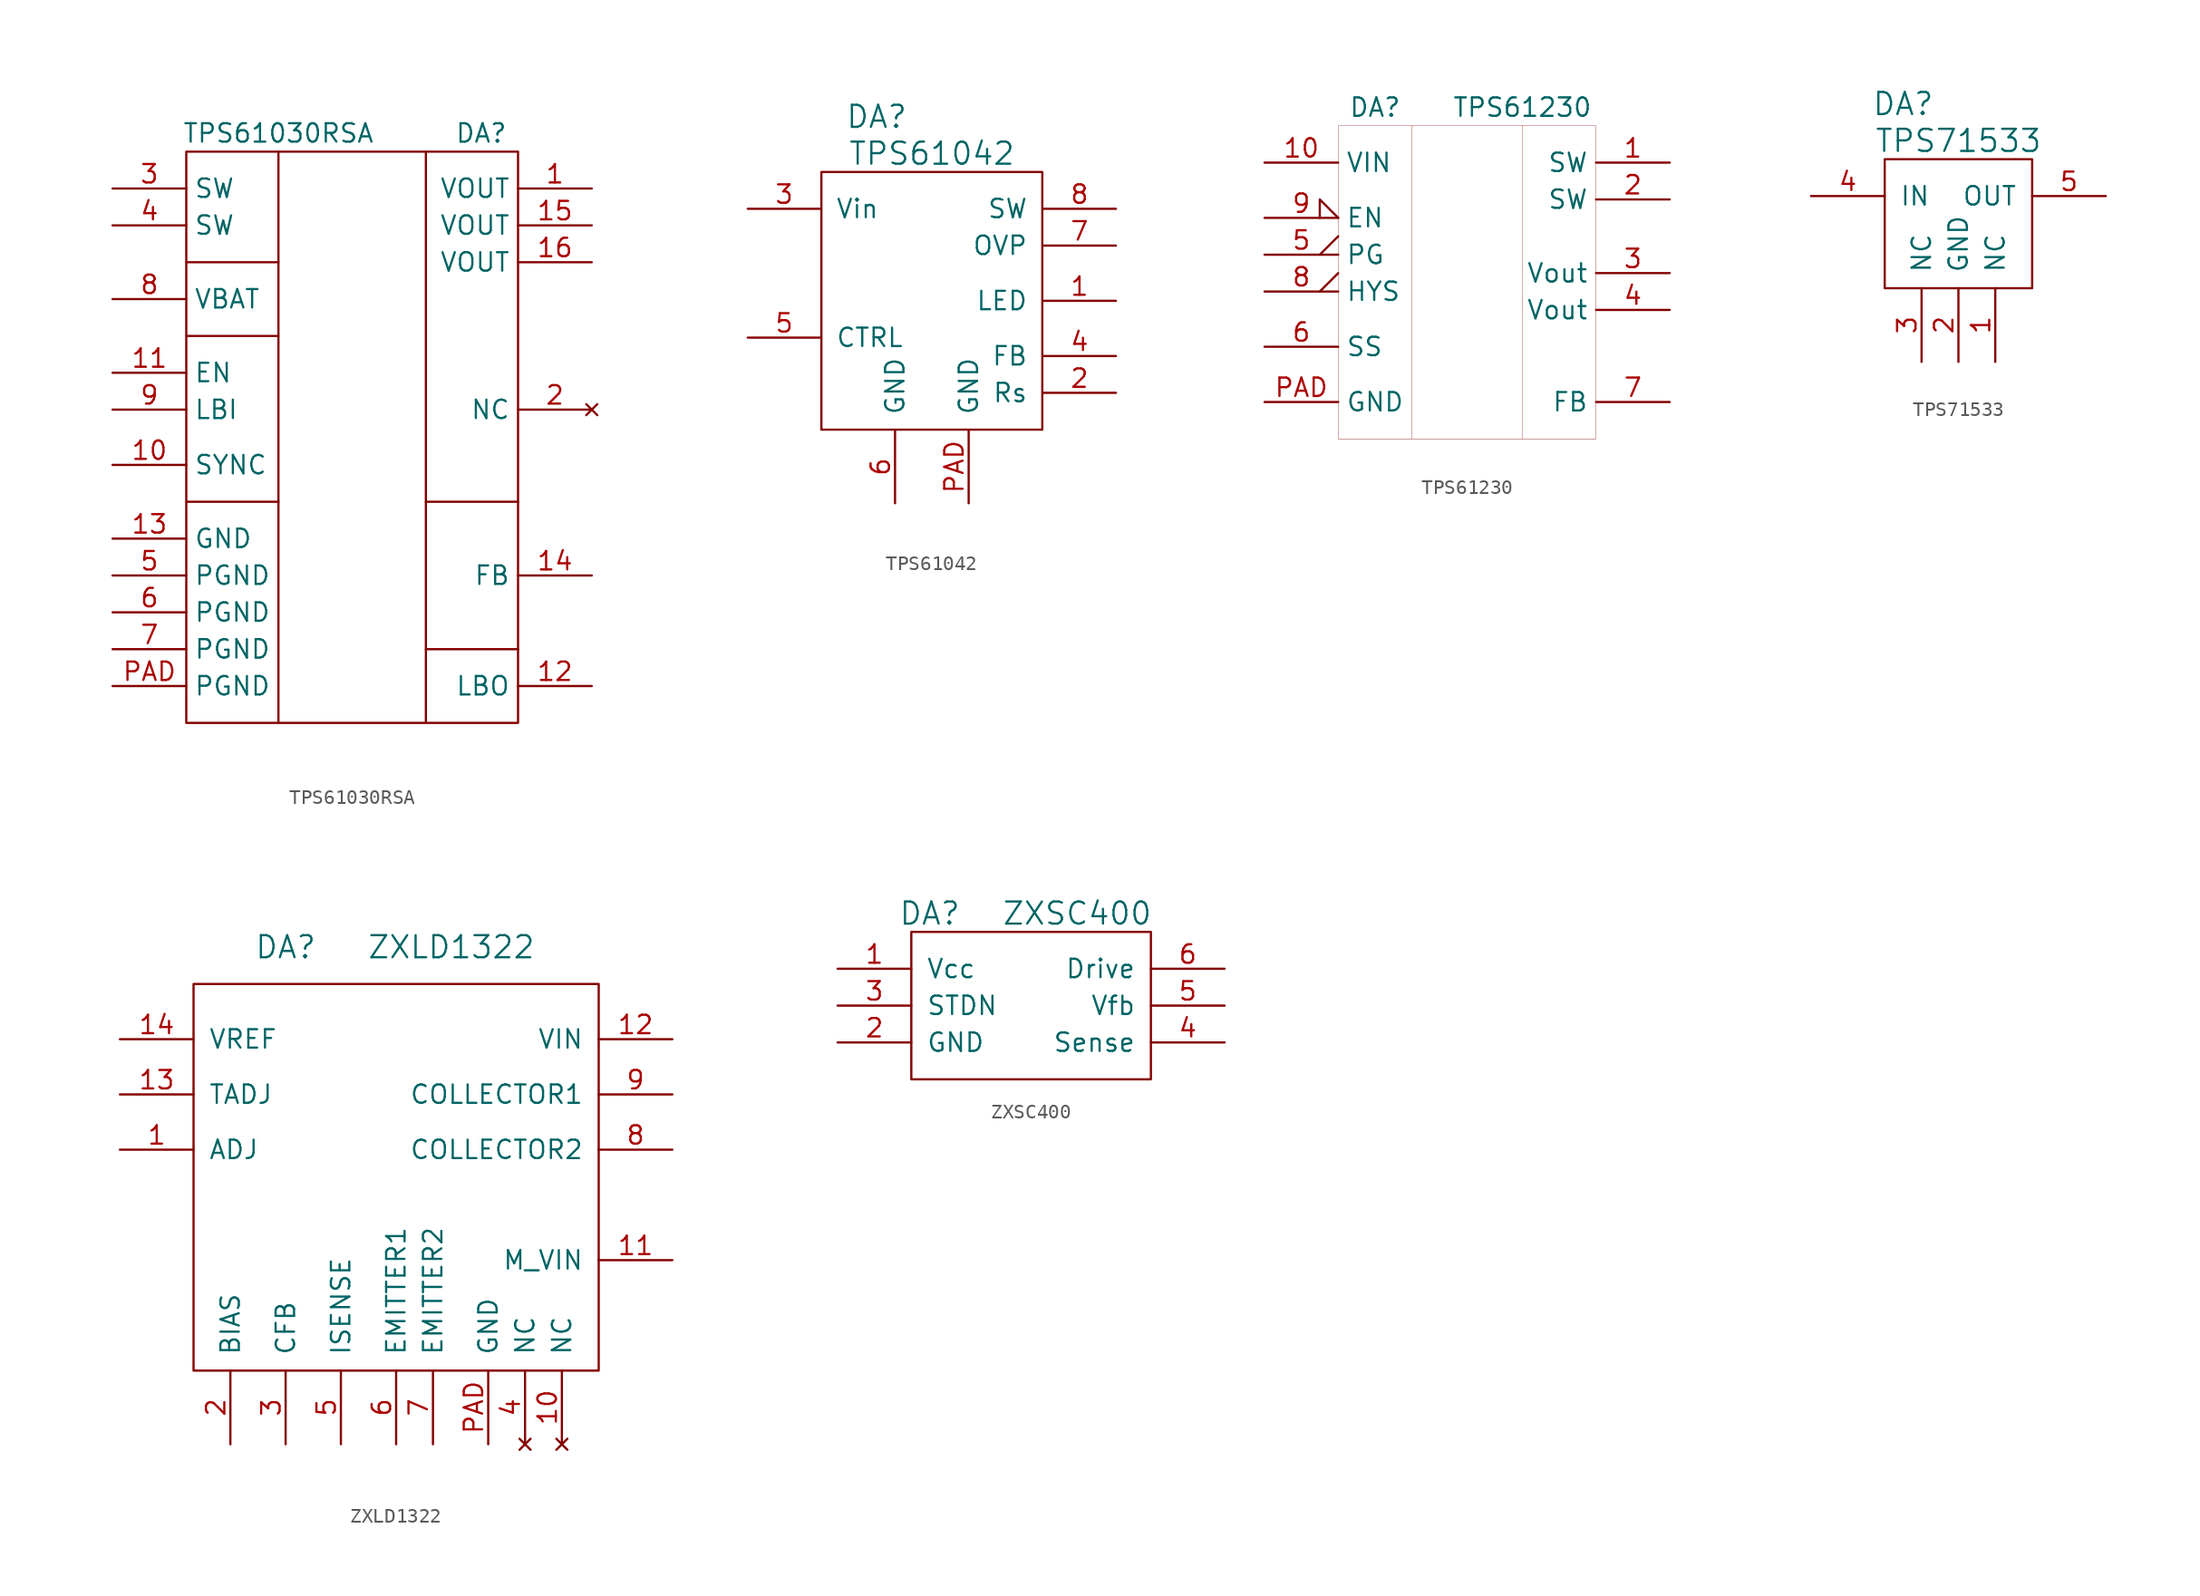
<source format=kicad_sym>
(kicad_symbol_lib
  (version 20231120)
  (generator "kicad_symbol_editor")
  (generator_version "8.0")
  (symbol "TPS61030RSA"
    (property "Reference" "DA"
      (at 8.89 21.59 0)
      (effects (font (size 1.27 1.27))))
    (property "Value" "TPS61030RSA"
      (at -5.08 21.59 0)
      (effects (font (size 1.27 1.27))))
    (symbol "TPS61030RSA_0_1"
      (rectangle (start -11.43 20.32) (end 11.43 -19.05) (stroke (width 0) (type default)) (fill (type none)))
      (polyline (pts (xy -11.43 -3.81) (xy -5.08 -3.81)) (stroke (width 0) (type default)) (fill (type none)))
      (polyline (pts (xy -11.43 7.62) (xy -5.08 7.62)) (stroke (width 0) (type default)) (fill (type none)))
      (polyline (pts (xy -11.43 12.7) (xy -5.08 12.7)) (stroke (width 0) (type default)) (fill (type none)))
      (polyline (pts (xy -5.08 -19.05) (xy -5.08 20.32)) (stroke (width 0) (type default)) (fill (type none)))
      (polyline (pts (xy 5.08 -13.97) (xy 11.43 -13.97)) (stroke (width 0) (type default)) (fill (type none)))
      (polyline (pts (xy 5.08 -3.81) (xy 11.43 -3.81)) (stroke (width 0) (type default)) (fill (type none)))
      (polyline (pts (xy 5.08 20.32) (xy 5.08 -19.05)) (stroke (width 0) (type default)) (fill (type none))))
    (symbol "TPS61030RSA_1_1"
      (pin power_out line (at 16.51 17.78 180) (length 5.08) (name "VOUT" (effects (font (size 1.27 1.27)))) (number "1" (effects (font (size 1.27 1.27)))))
      (pin passive line (at -16.51 -1.27 0) (length 5.08) (name "SYNC" (effects (font (size 1.27 1.27)))) (number "10" (effects (font (size 1.27 1.27)))))
      (pin passive line (at -16.51 5.08 0) (length 5.08) (name "EN" (effects (font (size 1.27 1.27)))) (number "11" (effects (font (size 1.27 1.27)))))
      (pin passive line (at 16.51 -16.51 180) (length 5.08) (name "LBO" (effects (font (size 1.27 1.27)))) (number "12" (effects (font (size 1.27 1.27)))))
      (pin power_in line (at -16.51 -6.35 0) (length 5.08) (name "GND" (effects (font (size 1.27 1.27)))) (number "13" (effects (font (size 1.27 1.27)))))
      (pin passive line (at 16.51 -8.89 180) (length 5.08) (name "FB" (effects (font (size 1.27 1.27)))) (number "14" (effects (font (size 1.27 1.27)))))
      (pin passive line (at 16.51 15.24 180) (length 5.08) (name "VOUT" (effects (font (size 1.27 1.27)))) (number "15" (effects (font (size 1.27 1.27)))))
      (pin passive line (at 16.51 12.7 180) (length 5.08) (name "VOUT" (effects (font (size 1.27 1.27)))) (number "16" (effects (font (size 1.27 1.27)))))
      (pin no_connect line (at 16.51 2.54 180) (length 5.08) (name "NC" (effects (font (size 1.27 1.27)))) (number "2" (effects (font (size 1.27 1.27)))))
      (pin passive line (at -16.51 17.78 0) (length 5.08) (name "SW" (effects (font (size 1.27 1.27)))) (number "3" (effects (font (size 1.27 1.27)))))
      (pin passive line (at -16.51 15.24 0) (length 5.08) (name "SW" (effects (font (size 1.27 1.27)))) (number "4" (effects (font (size 1.27 1.27)))))
      (pin power_in line (at -16.51 -8.89 0) (length 5.08) (name "PGND" (effects (font (size 1.27 1.27)))) (number "5" (effects (font (size 1.27 1.27)))))
      (pin power_in line (at -16.51 -11.43 0) (length 5.08) (name "PGND" (effects (font (size 1.27 1.27)))) (number "6" (effects (font (size 1.27 1.27)))))
      (pin power_in line (at -16.51 -13.97 0) (length 5.08) (name "PGND" (effects (font (size 1.27 1.27)))) (number "7" (effects (font (size 1.27 1.27)))))
      (pin power_in line (at -16.51 10.16 0) (length 5.08) (name "VBAT" (effects (font (size 1.27 1.27)))) (number "8" (effects (font (size 1.27 1.27)))))
      (pin passive line (at -16.51 2.54 0) (length 5.08) (name "LBI" (effects (font (size 1.27 1.27)))) (number "9" (effects (font (size 1.27 1.27)))))
      (pin power_in line (at -16.51 -16.51 0) (length 5.08) (name "PGND" (effects (font (size 1.27 1.27)))) (number "PAD" (effects (font (size 1.27 1.27)))))))
  (symbol "TPS61042"
    (pin_names
      (offset 1.016))
    (property "Reference" "DA"
      (at -3.81 12.7 0)
      (effects (font (size 1.524 1.524))))
    (property "Value" "TPS61042"
      (at 0 10.16 0)
      (effects (font (size 1.524 1.524))))
    (property "Footprint" ""
      (at 0 0 0)
      (effects (font (size 1.524 1.524))))
    (property "Datasheet" ""
      (at 0 0 0)
      (effects (font (size 1.524 1.524))))
    (symbol "TPS61042_0_1"
      (rectangle (start 7.62 8.89) (end -7.62 -8.89) (stroke (width 0) (type default)) (fill (type none))))
    (symbol "TPS61042_1_1"
      (pin passive line (at 12.7 0 180) (length 5.029) (name "LED" (effects (font (size 1.27 1.27)))) (number "1" (effects (font (size 1.27 1.27)))))
      (pin passive line (at 12.7 -6.35 180) (length 5.029) (name "Rs" (effects (font (size 1.27 1.27)))) (number "2" (effects (font (size 1.27 1.27)))))
      (pin power_in line (at -12.7 6.35 0) (length 5.029) (name "Vin" (effects (font (size 1.27 1.27)))) (number "3" (effects (font (size 1.27 1.27)))))
      (pin passive line (at 12.7 -3.81 180) (length 5.029) (name "FB" (effects (font (size 1.27 1.27)))) (number "4" (effects (font (size 1.27 1.27)))))
      (pin passive line (at -12.7 -2.54 0) (length 5.029) (name "CTRL" (effects (font (size 1.27 1.27)))) (number "5" (effects (font (size 1.27 1.27)))))
      (pin power_in line (at -2.54 -13.97 90) (length 5.029) (name "GND" (effects (font (size 1.27 1.27)))) (number "6" (effects (font (size 1.27 1.27)))))
      (pin passive line (at 12.7 3.81 180) (length 5.029) (name "OVP" (effects (font (size 1.27 1.27)))) (number "7" (effects (font (size 1.27 1.27)))))
      (pin passive line (at 12.7 6.35 180) (length 5.029) (name "SW" (effects (font (size 1.27 1.27)))) (number "8" (effects (font (size 1.27 1.27)))))
      (pin power_in line (at 2.54 -13.97 90) (length 5.029) (name "GND" (effects (font (size 1.27 1.27)))) (number "PAD" (effects (font (size 1.27 1.27)))))))
  (symbol "TPS61230"
    (property "Reference" "DA"
      (at -6.35 12.7 0)
      (effects (font (size 1.27 1.27))))
    (property "Value" "TPS61230"
      (at 3.81 12.7 0)
      (effects (font (size 1.27 1.27))))
    (symbol "TPS61230_0_1"
      (rectangle (start -8.89 11.43) (end 8.89 -10.16) (stroke (width 0.001) (type default)) (fill (type none)))
      (polyline (pts (xy -3.81 -10.16) (xy -3.81 11.43)) (stroke (width 0.001) (type default)) (fill (type none)))
      (polyline (pts (xy 3.81 -10.16) (xy 3.81 11.43)) (stroke (width 0.001) (type default)) (fill (type none))))
    (symbol "TPS61230_1_1"
      (pin passive line (at 13.97 8.89 180) (length 5.08) (name "SW" (effects (font (size 1.27 1.27)))) (number "1" (effects (font (size 1.27 1.27)))))
      (pin passive line (at -13.97 8.89 0) (length 5.08) (name "VIN" (effects (font (size 1.27 1.27)))) (number "10" (effects (font (size 1.27 1.27)))))
      (pin passive line (at 13.97 6.35 180) (length 5.08) (name "SW" (effects (font (size 1.27 1.27)))) (number "2" (effects (font (size 1.27 1.27)))))
      (pin power_out line (at 13.97 1.27 180) (length 5.08) (name "Vout" (effects (font (size 1.27 1.27)))) (number "3" (effects (font (size 1.27 1.27)))))
      (pin power_out line (at 13.97 -1.27 180) (length 5.08) (name "Vout" (effects (font (size 1.27 1.27)))) (number "4" (effects (font (size 1.27 1.27)))))
      (pin passive output_low (at -13.97 2.54 0) (length 5.08) (name "PG" (effects (font (size 1.27 1.27)))) (number "5" (effects (font (size 1.27 1.27)))))
      (pin passive line (at -13.97 -3.81 0) (length 5.08) (name "SS" (effects (font (size 1.27 1.27)))) (number "6" (effects (font (size 1.27 1.27)))))
      (pin passive line (at 13.97 -7.62 180) (length 5.08) (name "FB" (effects (font (size 1.27 1.27)))) (number "7" (effects (font (size 1.27 1.27)))))
      (pin passive output_low (at -13.97 0 0) (length 5.08) (name "HYS" (effects (font (size 1.27 1.27)))) (number "8" (effects (font (size 1.27 1.27)))))
      (pin passive input_low (at -13.97 5.08 0) (length 5.08) (name "EN" (effects (font (size 1.27 1.27)))) (number "9" (effects (font (size 1.27 1.27)))))
      (pin power_in line (at -13.97 -7.62 0) (length 5.08) (name "GND" (effects (font (size 1.27 1.27)))) (number "PAD" (effects (font (size 1.27 1.27)))))))
  (symbol "TPS71533"
    (pin_names
      (offset 1.016))
    (property "Reference" "DA"
      (at -3.81 6.35 0)
      (effects (font (size 1.524 1.524))))
    (property "Value" "TPS71533"
      (at 0 3.81 0)
      (effects (font (size 1.524 1.524))))
    (property "Footprint" ""
      (at 0 0 0)
      (effects (font (size 1.524 1.524))))
    (property "Datasheet" ""
      (at 0 0 0)
      (effects (font (size 1.524 1.524))))
    (symbol "TPS71533_0_1"
      (rectangle (start 5.08 -6.35) (end -5.08 2.54) (stroke (width 0) (type default)) (fill (type none))))
    (symbol "TPS71533_1_1"
      (pin passive line (at 2.54 -11.43 90) (length 5.08) (name "NC" (effects (font (size 1.27 1.27)))) (number "1" (effects (font (size 1.27 1.27)))))
      (pin power_in line (at 0 -11.43 90) (length 5.08) (name "GND" (effects (font (size 1.27 1.27)))) (number "2" (effects (font (size 1.27 1.27)))))
      (pin passive line (at -2.54 -11.43 90) (length 5.08) (name "NC" (effects (font (size 1.27 1.27)))) (number "3" (effects (font (size 1.27 1.27)))))
      (pin power_in line (at -10.16 0 0) (length 5.08) (name "IN" (effects (font (size 1.27 1.27)))) (number "4" (effects (font (size 1.27 1.27)))))
      (pin power_out line (at 10.16 0 180) (length 5.08) (name "OUT" (effects (font (size 1.27 1.27)))) (number "5" (effects (font (size 1.27 1.27)))))))
  (symbol "ZXLD1322"
    (pin_names
      (offset 1.016))
    (property "Reference" "DA"
      (at -7.62 15.24 0)
      (effects (font (size 1.524 1.524))))
    (property "Value" "ZXLD1322"
      (at 3.81 15.24 0)
      (effects (font (size 1.524 1.524))))
    (property "Footprint" ""
      (at 0 0 0)
      (effects (font (size 1.524 1.524))))
    (property "Datasheet" ""
      (at 0 0 0)
      (effects (font (size 1.524 1.524))))
    (symbol "ZXLD1322_0_1"
      (rectangle (start -13.97 12.7) (end 13.97 -13.97) (stroke (width 0) (type default)) (fill (type none))))
    (symbol "ZXLD1322_1_1"
      (pin passive line (at -19.05 1.27 0) (length 5.08) (name "ADJ" (effects (font (size 1.27 1.27)))) (number "1" (effects (font (size 1.27 1.27)))))
      (pin no_connect line (at 11.43 -19.05 90) (length 5.08) (name "NC" (effects (font (size 1.27 1.27)))) (number "10" (effects (font (size 1.27 1.27)))))
      (pin passive line (at 19.05 -6.35 180) (length 5.08) (name "M_VIN" (effects (font (size 1.27 1.27)))) (number "11" (effects (font (size 1.27 1.27)))))
      (pin power_in line (at 19.05 8.89 180) (length 5.08) (name "VIN" (effects (font (size 1.27 1.27)))) (number "12" (effects (font (size 1.27 1.27)))))
      (pin passive line (at -19.05 5.08 0) (length 5.08) (name "TADJ" (effects (font (size 1.27 1.27)))) (number "13" (effects (font (size 1.27 1.27)))))
      (pin passive line (at -19.05 8.89 0) (length 5.08) (name "VREF" (effects (font (size 1.27 1.27)))) (number "14" (effects (font (size 1.27 1.27)))))
      (pin passive line (at -11.43 -19.05 90) (length 5.08) (name "BIAS" (effects (font (size 1.27 1.27)))) (number "2" (effects (font (size 1.27 1.27)))))
      (pin passive line (at -7.62 -19.05 90) (length 5.08) (name "CFB" (effects (font (size 1.27 1.27)))) (number "3" (effects (font (size 1.27 1.27)))))
      (pin no_connect line (at 8.89 -19.05 90) (length 5.08) (name "NC" (effects (font (size 1.27 1.27)))) (number "4" (effects (font (size 1.27 1.27)))))
      (pin passive line (at -3.81 -19.05 90) (length 5.08) (name "ISENSE" (effects (font (size 1.27 1.27)))) (number "5" (effects (font (size 1.27 1.27)))))
      (pin passive line (at 0 -19.05 90) (length 5.08) (name "EMITTER1" (effects (font (size 1.27 1.27)))) (number "6" (effects (font (size 1.27 1.27)))))
      (pin passive line (at 2.54 -19.05 90) (length 5.08) (name "EMITTER2" (effects (font (size 1.27 1.27)))) (number "7" (effects (font (size 1.27 1.27)))))
      (pin passive line (at 19.05 1.27 180) (length 5.08) (name "COLLECTOR2" (effects (font (size 1.27 1.27)))) (number "8" (effects (font (size 1.27 1.27)))))
      (pin passive line (at 19.05 5.08 180) (length 5.08) (name "COLLECTOR1" (effects (font (size 1.27 1.27)))) (number "9" (effects (font (size 1.27 1.27)))))
      (pin power_in line (at 6.35 -19.05 90) (length 5.08) (name "GND" (effects (font (size 1.27 1.27)))) (number "PAD" (effects (font (size 1.27 1.27)))))))
  (symbol "ZXSC400"
    (pin_names
      (offset 1.016))
    (property "Reference" "DA"
      (at -6.35 6.35 0)
      (effects (font (size 1.524 1.524))))
    (property "Value" "ZXSC400"
      (at 3.81 6.35 0)
      (effects (font (size 1.524 1.524))))
    (property "Footprint" ""
      (at 0 0 0)
      (effects (font (size 1.524 1.524))))
    (property "Datasheet" ""
      (at 0 0 0)
      (effects (font (size 1.524 1.524))))
    (symbol "ZXSC400_0_1"
      (rectangle (start -7.62 5.08) (end 8.89 -5.08) (stroke (width 0) (type default)) (fill (type none))))
    (symbol "ZXSC400_1_1"
      (pin power_in line (at -12.7 2.54 0) (length 5.08) (name "Vcc" (effects (font (size 1.27 1.27)))) (number "1" (effects (font (size 1.27 1.27)))))
      (pin power_in line (at -12.7 -2.54 0) (length 5.08) (name "GND" (effects (font (size 1.27 1.27)))) (number "2" (effects (font (size 1.27 1.27)))))
      (pin passive line (at -12.7 0 0) (length 5.08) (name "STDN" (effects (font (size 1.27 1.27)))) (number "3" (effects (font (size 1.27 1.27)))))
      (pin passive line (at 13.97 -2.54 180) (length 5.08) (name "Sense" (effects (font (size 1.27 1.27)))) (number "4" (effects (font (size 1.27 1.27)))))
      (pin passive line (at 13.97 0 180) (length 5.08) (name "Vfb" (effects (font (size 1.27 1.27)))) (number "5" (effects (font (size 1.27 1.27)))))
      (pin passive line (at 13.97 2.54 180) (length 5.08) (name "Drive" (effects (font (size 1.27 1.27)))) (number "6" (effects (font (size 1.27 1.27))))))))
</source>
